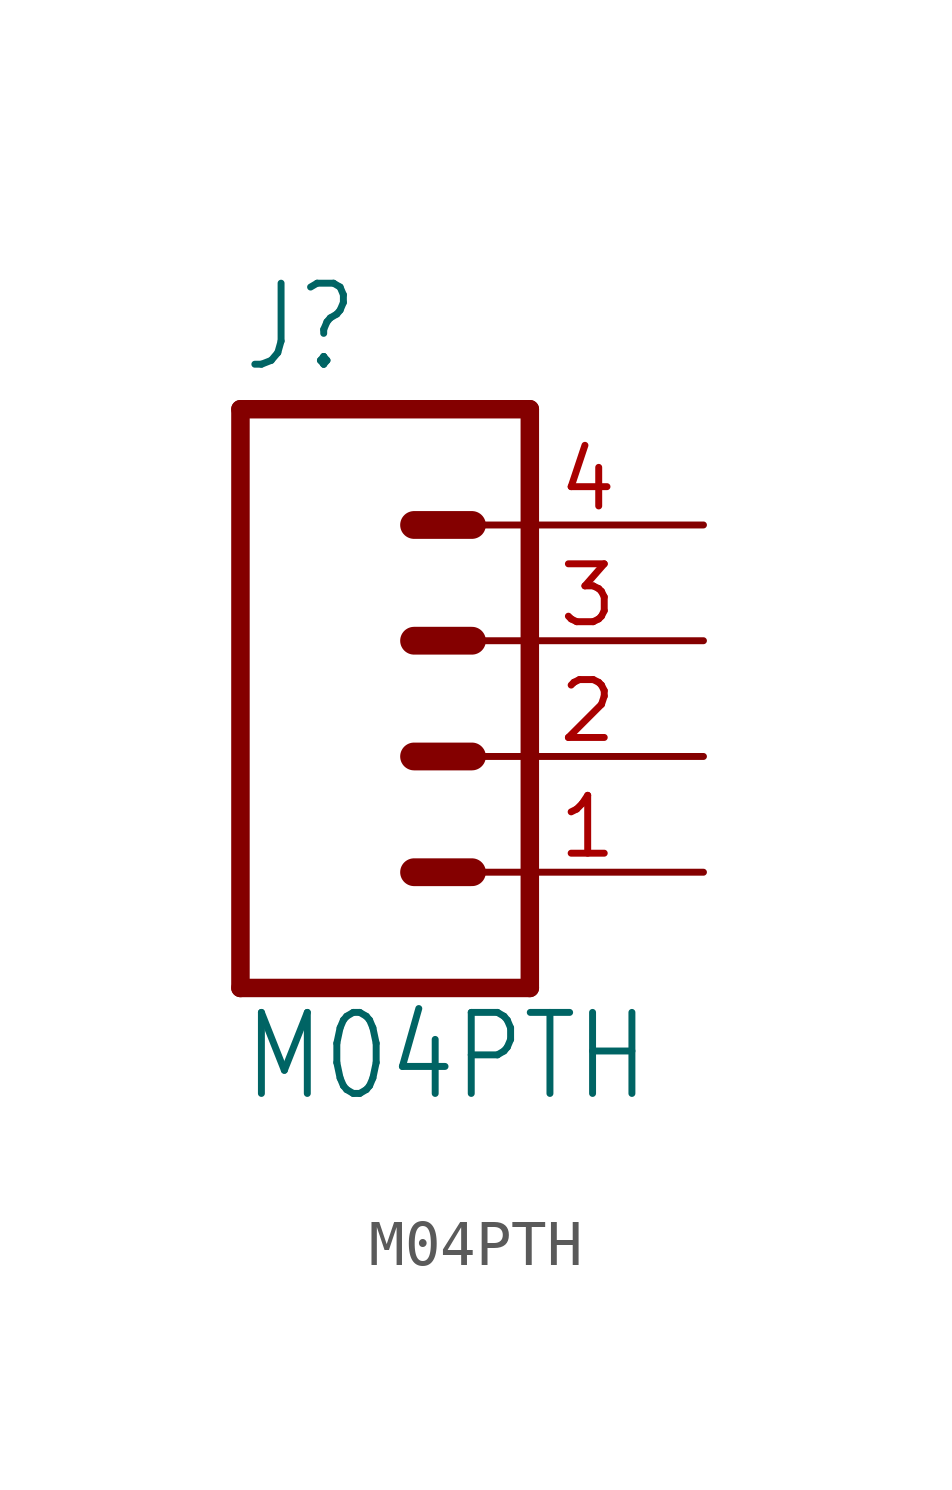
<source format=kicad_sym>
(kicad_symbol_lib
  (version 20220914)
  (generator kicad_symbol_editor)
  (symbol "M04PTH"
    (property "Reference" "J"
      (at -5.08 8.382 0)
      (effects (font (size 1.778 1.511)) (justify left bottom)))
    (property "Value" "M04PTH"
      (at -5.08 -7.62 0)
      (effects (font (size 1.778 1.511)) (justify left bottom)))
    (property "ki_locked" ""
      (at 0 0 0)
      (effects (font (size 1.27 1.27))))
    (symbol "M04PTH_1_0"
      (polyline (pts (xy -5.08 7.62) (xy -5.08 -5.08)) (stroke (width 0.406) (type default)) (fill (type none)))
      (polyline (pts (xy -5.08 7.62) (xy 1.27 7.62)) (stroke (width 0.406) (type default)) (fill (type none)))
      (polyline (pts (xy -1.27 -2.54) (xy 0 -2.54)) (stroke (width 0.61) (type default)) (fill (type none)))
      (polyline (pts (xy -1.27 0) (xy 0 0)) (stroke (width 0.61) (type default)) (fill (type none)))
      (polyline (pts (xy -1.27 2.54) (xy 0 2.54)) (stroke (width 0.61) (type default)) (fill (type none)))
      (polyline (pts (xy -1.27 5.08) (xy 0 5.08)) (stroke (width 0.61) (type default)) (fill (type none)))
      (polyline (pts (xy 1.27 -5.08) (xy -5.08 -5.08)) (stroke (width 0.406) (type default)) (fill (type none)))
      (polyline (pts (xy 1.27 -5.08) (xy 1.27 7.62)) (stroke (width 0.406) (type default)) (fill (type none)))
      (pin passive line (at 5.08 -2.54 180) (length 5.08) (name "1" (effects (font (size 0 0)))) (number "1" (effects (font (size 1.27 1.27)))))
      (pin passive line (at 5.08 0 180) (length 5.08) (name "2" (effects (font (size 0 0)))) (number "2" (effects (font (size 1.27 1.27)))))
      (pin passive line (at 5.08 2.54 180) (length 5.08) (name "3" (effects (font (size 0 0)))) (number "3" (effects (font (size 1.27 1.27)))))
      (pin passive line (at 5.08 5.08 180) (length 5.08) (name "4" (effects (font (size 0 0)))) (number "4" (effects (font (size 1.27 1.27))))))))
</source>
